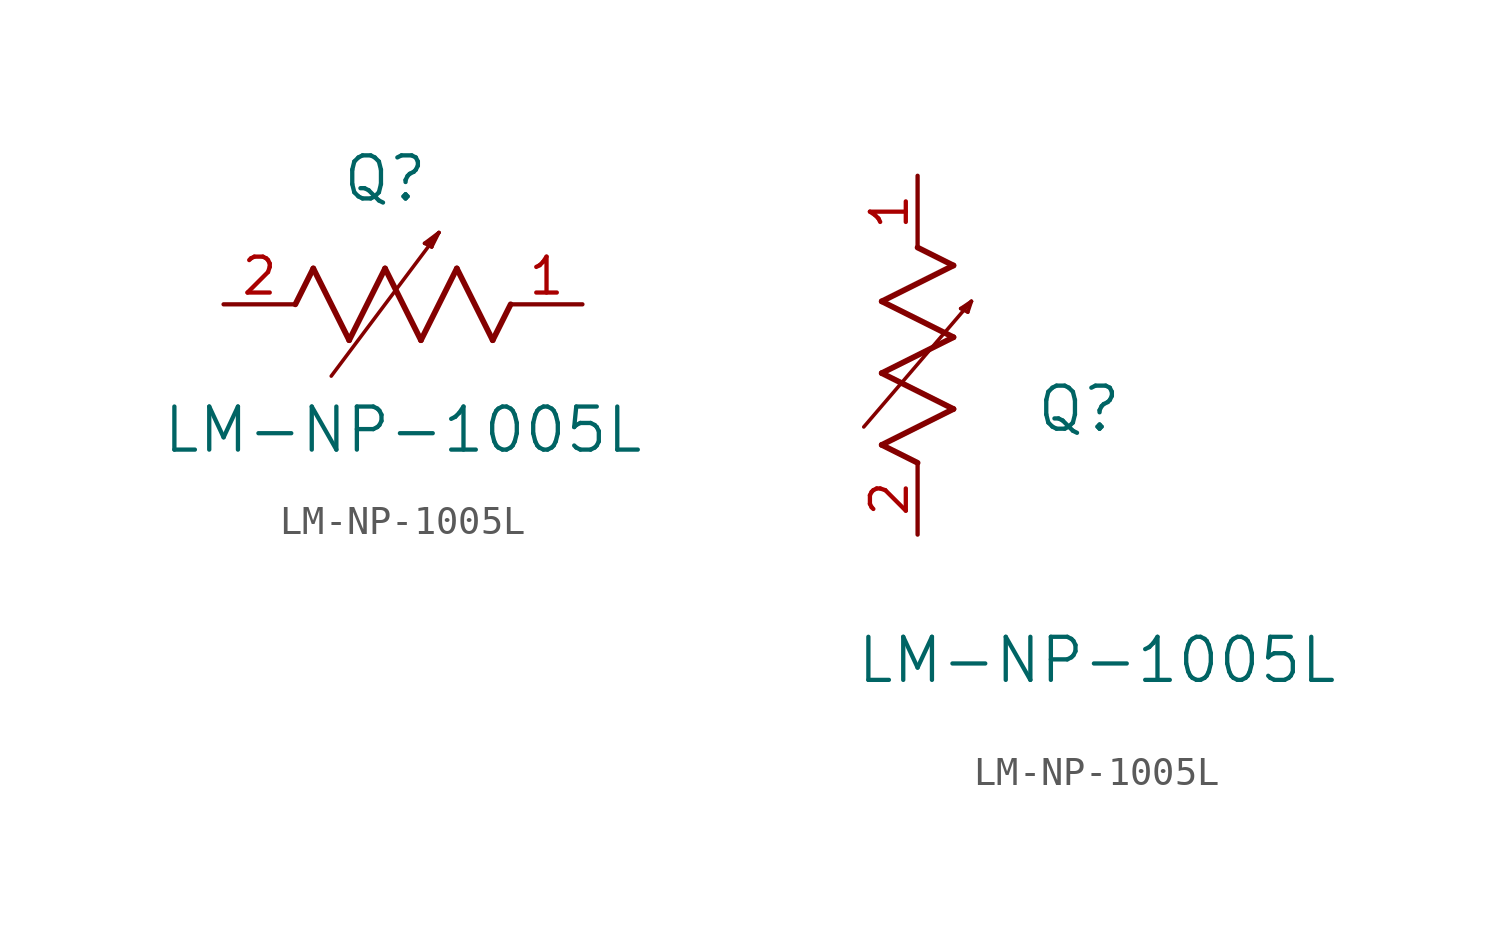
<source format=kicad_sym>
(kicad_symbol_lib
  (version 20211014)
  (generator kicad_symbol_editor)
  (symbol "LM-NP-1005L"
    (pin_names
      (offset 0.254))
    (property "Reference" "Q"
      (at 5.715 4.445 0)
      (effects (font (size 1.524 1.524))))
    (property "Value" "LM-NP-1005L"
      (at 6.35 -4.445 0)
      (effects (font (size 1.524 1.524))))
    (symbol "LM-NP-1005L_1_1"
      (polyline (pts (xy 3.175 1.27) (xy 4.445 -1.27)) (stroke (width 0.203) (type default) (color 0 0 0 0)) (fill (type none)))
      (polyline (pts (xy 4.445 -1.27) (xy 5.715 1.27)) (stroke (width 0.203) (type default) (color 0 0 0 0)) (fill (type none)))
      (polyline (pts (xy 5.715 1.27) (xy 6.985 -1.27)) (stroke (width 0.203) (type default) (color 0 0 0 0)) (fill (type none)))
      (polyline (pts (xy 6.985 -1.27) (xy 8.255 1.27)) (stroke (width 0.203) (type default) (color 0 0 0 0)) (fill (type none)))
      (polyline (pts (xy 8.255 1.27) (xy 9.525 -1.27)) (stroke (width 0.203) (type default) (color 0 0 0 0)) (fill (type none)))
      (polyline (pts (xy 2.54 0) (xy 3.175 1.27)) (stroke (width 0.203) (type default) (color 0 0 0 0)) (fill (type none)))
      (polyline (pts (xy 9.525 -1.27) (xy 10.16 0)) (stroke (width 0.203) (type default) (color 0 0 0 0)) (fill (type none)))
      (polyline (pts (xy 3.81 -2.54) (xy 7.62 2.54)) (stroke (width 0.127) (type default) (color 0 0 0 0)) (fill (type none)))
      (polyline (pts (xy 7.62 2.54) (xy 7.112 2.159)) (stroke (width 0.127) (type default) (color 0 0 0 0)) (fill (type none)))
      (polyline (pts (xy 7.112 2.159) (xy 7.366 2.032)) (stroke (width 0.127) (type default) (color 0 0 0 0)) (fill (type none)))
      (polyline (pts (xy 7.62 2.54) (xy 7.366 2.032)) (stroke (width 0.127) (type default) (color 0 0 0 0)) (fill (type none)))
      (polyline (pts (xy 7.366 2.032) (xy 7.239 2.159)) (stroke (width 0.127) (type default) (color 0 0 0 0)) (fill (type none)))
      (polyline (pts (xy 7.239 2.159) (xy 7.62 2.54)) (stroke (width 0.127) (type default) (color 0 0 0 0)) (fill (type none)))
      (pin unspecified line (at 0 0 0) (length 2.54) (name "" (effects (font (size 1.27 1.27)))) (number "2" (effects (font (size 1.27 1.27)))))
      (pin unspecified line (at 12.7 0 180) (length 2.54) (name "" (effects (font (size 1.27 1.27)))) (number "1" (effects (font (size 1.27 1.27))))))
    (symbol "LM-NP-1005L_1_2"
      (polyline (pts (xy 0 2.54) (xy -1.27 3.175)) (stroke (width 0.203) (type default) (color 0 0 0 0)) (fill (type none)))
      (polyline (pts (xy -1.27 3.175) (xy 1.27 4.445)) (stroke (width 0.203) (type default) (color 0 0 0 0)) (fill (type none)))
      (polyline (pts (xy 1.27 4.445) (xy -1.27 5.715)) (stroke (width 0.203) (type default) (color 0 0 0 0)) (fill (type none)))
      (polyline (pts (xy -1.27 5.715) (xy 1.27 6.985)) (stroke (width 0.203) (type default) (color 0 0 0 0)) (fill (type none)))
      (polyline (pts (xy -1.27 8.255) (xy 1.27 9.525)) (stroke (width 0.203) (type default) (color 0 0 0 0)) (fill (type none)))
      (polyline (pts (xy 1.27 9.525) (xy 0 10.16)) (stroke (width 0.203) (type default) (color 0 0 0 0)) (fill (type none)))
      (polyline (pts (xy 1.27 6.985) (xy -1.27 8.255)) (stroke (width 0.203) (type default) (color 0 0 0 0)) (fill (type none)))
      (polyline (pts (xy -1.905 3.81) (xy 1.905 8.255)) (stroke (width 0.127) (type default) (color 0 0 0 0)) (fill (type none)))
      (polyline (pts (xy 1.778 8.128) (xy 1.905 8.255)) (stroke (width 0.127) (type default) (color 0 0 0 0)) (fill (type none)))
      (polyline (pts (xy 1.905 8.255) (xy 1.524 8.001)) (stroke (width 0.127) (type default) (color 0 0 0 0)) (fill (type none)))
      (polyline (pts (xy 1.524 8.001) (xy 1.778 7.874)) (stroke (width 0.127) (type default) (color 0 0 0 0)) (fill (type none)))
      (polyline (pts (xy 1.778 7.874) (xy 1.905 8.255)) (stroke (width 0.127) (type default) (color 0 0 0 0)) (fill (type none)))
      (pin unspecified line (at 0 0 90) (length 2.54) (name "" (effects (font (size 1.27 1.27)))) (number "2" (effects (font (size 1.27 1.27)))))
      (pin unspecified line (at 0 12.7 270) (length 2.54) (name "" (effects (font (size 1.27 1.27)))) (number "1" (effects (font (size 1.27 1.27))))))))
</source>
